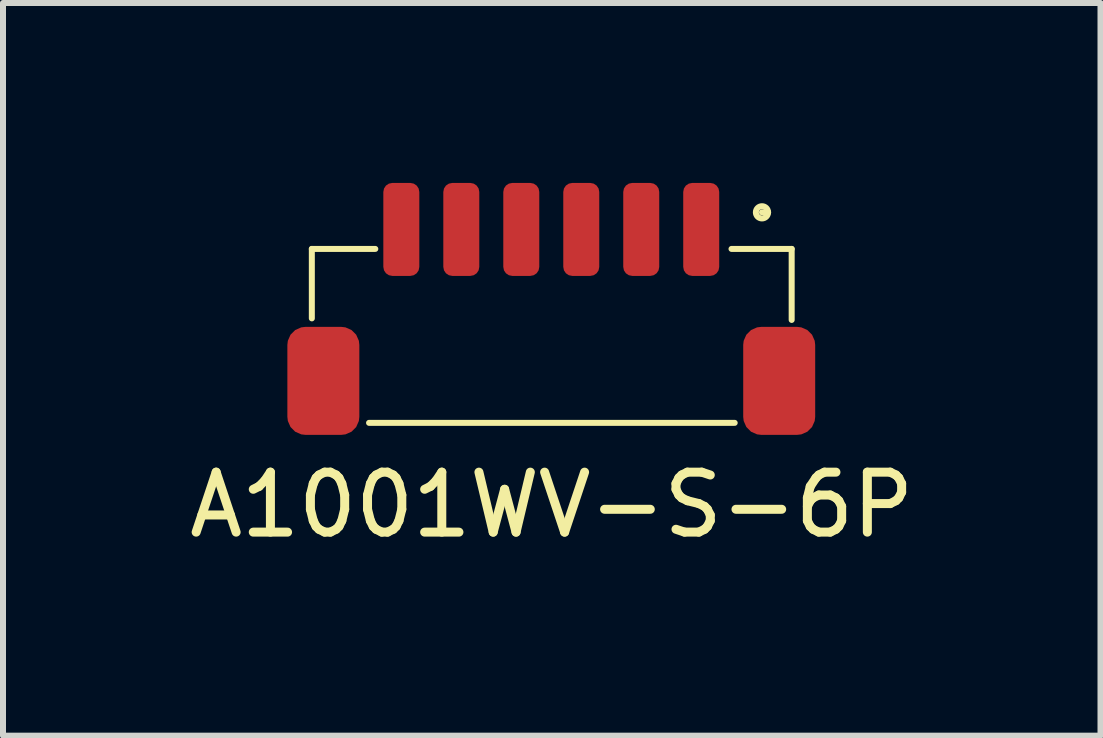
<source format=kicad_pcb>
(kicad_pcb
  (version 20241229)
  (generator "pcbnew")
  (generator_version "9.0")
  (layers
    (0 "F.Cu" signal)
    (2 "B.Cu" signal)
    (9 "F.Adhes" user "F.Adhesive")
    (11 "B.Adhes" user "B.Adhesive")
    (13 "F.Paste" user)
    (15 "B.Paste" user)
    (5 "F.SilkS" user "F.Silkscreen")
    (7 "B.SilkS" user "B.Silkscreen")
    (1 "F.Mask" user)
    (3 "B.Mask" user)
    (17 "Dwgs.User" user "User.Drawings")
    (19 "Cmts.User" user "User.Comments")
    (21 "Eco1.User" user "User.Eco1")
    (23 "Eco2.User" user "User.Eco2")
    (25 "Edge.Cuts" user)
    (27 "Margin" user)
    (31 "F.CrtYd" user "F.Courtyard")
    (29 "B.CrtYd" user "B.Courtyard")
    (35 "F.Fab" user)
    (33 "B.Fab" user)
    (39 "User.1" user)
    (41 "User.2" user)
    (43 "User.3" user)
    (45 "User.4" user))
  (footprint "A1001WV-S-6P"
    (layer "F.Cu")
    (at 6.149 2.573)
    (property "Reference" "A1001WV-S-6P" (at 0 2.794 0) (unlocked yes) (layer "F.SilkS") (effects (font (size 1 1) (thickness 0.15))))
    (attr smd)
    (fp_line (start -4 -1.473) (end -2.942 -1.473) (stroke (width 0.1) (type default)) (layer "F.SilkS"))
    (fp_line (start -4 -0.315) (end -4 -1.473) (stroke (width 0.1) (type default)) (layer "F.SilkS"))
    (fp_line (start -3.046 1.427) (end 3.05 1.427) (stroke (width 0.1) (type default)) (layer "F.SilkS"))
    (fp_line (start 2.997 -1.473) (end 4 -1.473) (stroke (width 0.1) (type default)) (layer "F.SilkS"))
    (fp_line (start 3.505 -2.083) (end 3.607 -2.083) (stroke (width 0.1) (type default)) (layer "F.SilkS"))
    (fp_line (start 4 -0.289) (end 4 -1.473) (stroke (width 0.1) (type default)) (layer "F.SilkS"))
    (fp_circle (center 3.505 -2.083) (end 3.607 -2.083) (stroke (width 0.1) (type default)) (fill no) (layer "F.SilkS"))
    (pad "" smd roundrect (at -3.808 0.727) (size 1.2 1.8) (layers "F.Cu" "F.Mask" "F.Paste") (roundrect_rratio 0.25))
    (pad "" smd roundrect (at 3.792 0.727) (size 1.2 1.8) (layers "F.Cu" "F.Mask" "F.Paste") (roundrect_rratio 0.25))
    (pad "1" smd roundrect (at 2.492 -1.798) (size 0.6 1.55) (layers "F.Cu" "F.Mask" "F.Paste") (roundrect_rratio 0.25))
    (pad "2" smd roundrect (at 1.492 -1.798) (size 0.6 1.55) (layers "F.Cu" "F.Mask" "F.Paste") (roundrect_rratio 0.25))
    (pad "3" smd roundrect (at 0.492 -1.798) (size 0.6 1.55) (layers "F.Cu" "F.Mask" "F.Paste") (roundrect_rratio 0.25))
    (pad "4" smd roundrect (at -0.508 -1.798) (size 0.6 1.55) (layers "F.Cu" "F.Mask" "F.Paste") (roundrect_rratio 0.25))
    (pad "5" smd roundrect (at -1.508 -1.798) (size 0.6 1.55) (layers "F.Cu" "F.Mask" "F.Paste") (roundrect_rratio 0.25))
    (pad "6" smd roundrect (at -2.508 -1.798) (size 0.6 1.55) (layers "F.Cu" "F.Mask" "F.Paste") (roundrect_rratio 0.25)))
  (gr_rect
    (start -3 -3)
    (end 15.298 9.215)
    (stroke (width 0.1) (type default))
    (fill no)
    (layer "Edge.Cuts")))
</source>
